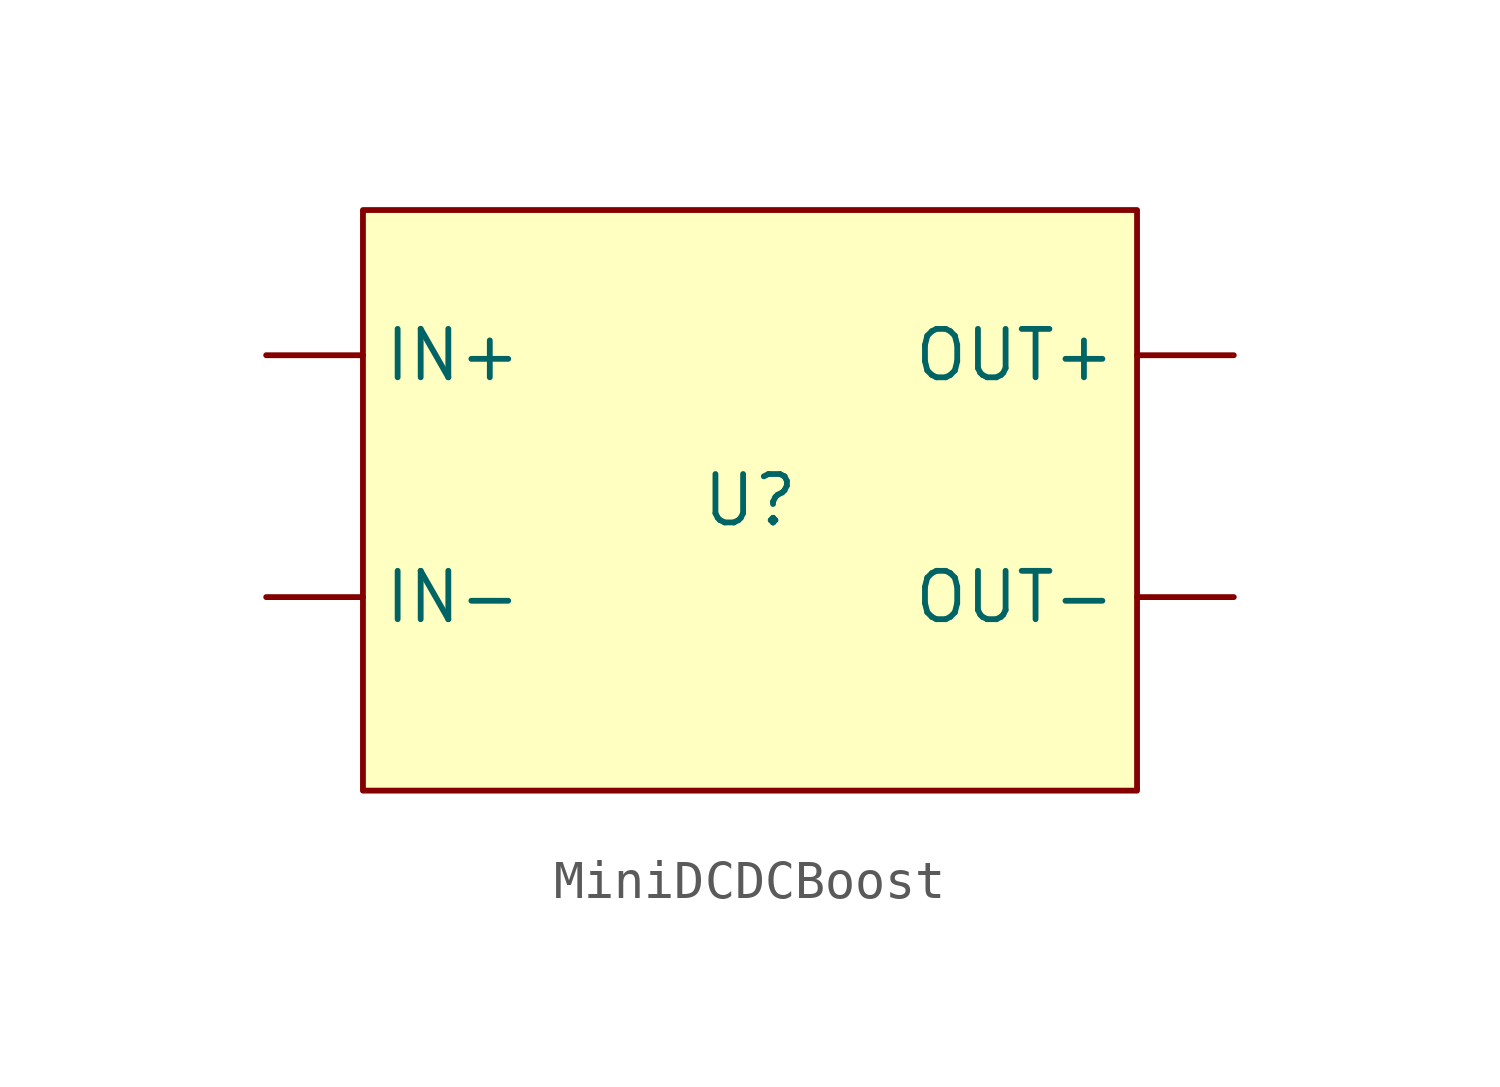
<source format=kicad_sym>
(kicad_symbol_lib
  (version 20241209)
  (generator "kicad_symbol_editor")
  (generator_version "9.0")
  (symbol "MiniDCDCBoost"
    (property "Reference" "U"
      (at 0 0 0)
      (effects (font (size 1.27 1.27))))
    (property "Value" ""
      (at 0 0 0)
      (effects (font (size 1.27 1.27))))
    (symbol "MiniDCDCBoost_1_1"
      (rectangle (start -10.16 7.62) (end 10.16 -7.62) (stroke (width 0) (type solid)) (fill (type background)))
      (pin input line (at -12.7 3.81 0) (length 2.54) (name "IN+" (effects (font (size 1.27 1.27)))) (number "" (effects (font (size 1.27 1.27)))))
      (pin input line (at -12.7 -2.54 0) (length 2.54) (name "IN-" (effects (font (size 1.27 1.27)))) (number "" (effects (font (size 1.27 1.27)))))
      (pin output line (at 12.7 3.81 180) (length 2.54) (name "OUT+" (effects (font (size 1.27 1.27)))) (number "" (effects (font (size 1.27 1.27)))))
      (pin output line (at 12.7 -2.54 180) (length 2.54) (name "OUT-" (effects (font (size 1.27 1.27)))) (number "" (effects (font (size 1.27 1.27))))))))
</source>
